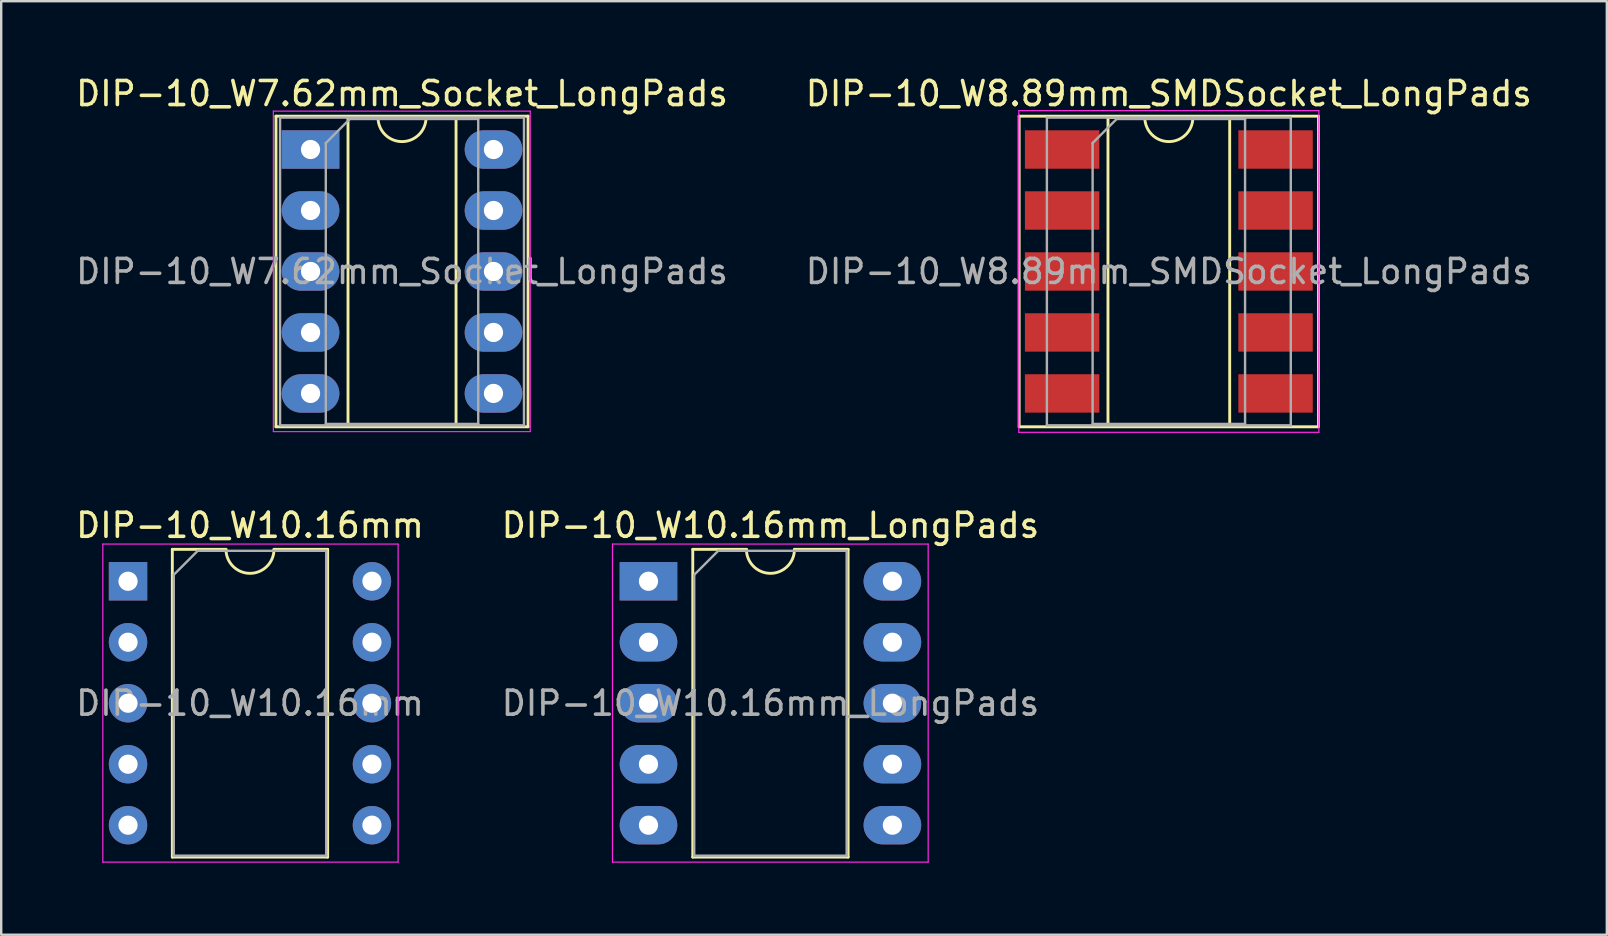
<source format=kicad_pcb>
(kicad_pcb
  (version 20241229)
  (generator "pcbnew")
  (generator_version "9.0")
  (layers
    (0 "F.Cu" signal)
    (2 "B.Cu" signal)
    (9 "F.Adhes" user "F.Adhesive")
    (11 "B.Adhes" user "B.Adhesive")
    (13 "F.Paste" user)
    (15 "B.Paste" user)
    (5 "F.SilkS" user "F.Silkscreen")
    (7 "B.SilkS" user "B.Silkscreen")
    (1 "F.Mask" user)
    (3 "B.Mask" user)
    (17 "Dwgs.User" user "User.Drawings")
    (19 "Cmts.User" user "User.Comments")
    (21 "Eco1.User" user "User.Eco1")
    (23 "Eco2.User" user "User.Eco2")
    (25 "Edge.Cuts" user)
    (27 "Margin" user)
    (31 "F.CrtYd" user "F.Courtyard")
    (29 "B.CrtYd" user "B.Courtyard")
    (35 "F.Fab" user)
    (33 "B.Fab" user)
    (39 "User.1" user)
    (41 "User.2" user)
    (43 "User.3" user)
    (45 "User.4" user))
  (footprint "DIP-10_W10.16mm"
    (layer "F.Cu")
    (at 2.283 21.162)
    (property "Reference" "DIP-10_W10.16mm" (at 5.08 -2.33 0) (layer "F.SilkS") (effects (font (size 1 1) (thickness 0.15))))
    (attr through_hole)
    (fp_line (start 1.845 -1.33) (end 1.845 11.49) (stroke (width 0.12) (type solid)) (layer "F.SilkS"))
    (fp_line (start 1.845 11.49) (end 8.315 11.49) (stroke (width 0.12) (type solid)) (layer "F.SilkS"))
    (fp_line (start 4.08 -1.33) (end 1.845 -1.33) (stroke (width 0.12) (type solid)) (layer "F.SilkS"))
    (fp_line (start 8.315 -1.33) (end 6.08 -1.33) (stroke (width 0.12) (type solid)) (layer "F.SilkS"))
    (fp_line (start 8.315 11.49) (end 8.315 -1.33) (stroke (width 0.12) (type solid)) (layer "F.SilkS"))
    (fp_arc (start 6.08 -1.33) (mid 5.08 -0.33) (end 4.08 -1.33) (stroke (width 0.12) (type solid)) (layer "F.SilkS"))
    (fp_line (start -1.05 -1.55) (end -1.05 11.7) (stroke (width 0.05) (type solid)) (layer "F.CrtYd"))
    (fp_line (start -1.05 11.7) (end 11.25 11.7) (stroke (width 0.05) (type solid)) (layer "F.CrtYd"))
    (fp_line (start 11.25 -1.55) (end -1.05 -1.55) (stroke (width 0.05) (type solid)) (layer "F.CrtYd"))
    (fp_line (start 11.25 11.7) (end 11.25 -1.55) (stroke (width 0.05) (type solid)) (layer "F.CrtYd"))
    (fp_line (start 1.905 -0.27) (end 2.905 -1.27) (stroke (width 0.1) (type solid)) (layer "F.Fab"))
    (fp_line (start 1.905 11.43) (end 1.905 -0.27) (stroke (width 0.1) (type solid)) (layer "F.Fab"))
    (fp_line (start 2.905 -1.27) (end 8.255 -1.27) (stroke (width 0.1) (type solid)) (layer "F.Fab"))
    (fp_line (start 8.255 -1.27) (end 8.255 11.43) (stroke (width 0.1) (type solid)) (layer "F.Fab"))
    (fp_line (start 8.255 11.43) (end 1.905 11.43) (stroke (width 0.1) (type solid)) (layer "F.Fab"))
    (fp_text user "${REFERENCE}" (at 5.08 5.08 0) (layer "F.Fab") (effects (font (size 1 1) (thickness 0.15))))
    (pad "1" thru_hole rect (at 0 0) (size 1.6 1.6) (drill 0.8) (layers "*.Cu" "*.Mask"))
    (pad "2" thru_hole oval (at 0 2.54) (size 1.6 1.6) (drill 0.8) (layers "*.Cu" "*.Mask"))
    (pad "3" thru_hole oval (at 0 5.08) (size 1.6 1.6) (drill 0.8) (layers "*.Cu" "*.Mask"))
    (pad "4" thru_hole oval (at 0 7.62) (size 1.6 1.6) (drill 0.8) (layers "*.Cu" "*.Mask"))
    (pad "5" thru_hole oval (at 0 10.16) (size 1.6 1.6) (drill 0.8) (layers "*.Cu" "*.Mask"))
    (pad "6" thru_hole oval (at 10.16 10.16) (size 1.6 1.6) (drill 0.8) (layers "*.Cu" "*.Mask"))
    (pad "7" thru_hole oval (at 10.16 7.62) (size 1.6 1.6) (drill 0.8) (layers "*.Cu" "*.Mask"))
    (pad "8" thru_hole oval (at 10.16 5.08) (size 1.6 1.6) (drill 0.8) (layers "*.Cu" "*.Mask"))
    (pad "9" thru_hole oval (at 10.16 2.54) (size 1.6 1.6) (drill 0.8) (layers "*.Cu" "*.Mask"))
    (pad "10" thru_hole oval (at 10.16 0) (size 1.6 1.6) (drill 0.8) (layers "*.Cu" "*.Mask")))
  (footprint "DIP-10_W7.62mm_Socket_LongPads"
    (layer "F.Cu")
    (at 9.886 3.178)
    (property "Reference" "DIP-10_W7.62mm_Socket_LongPads" (at 3.81 -2.33 0) (layer "F.SilkS") (effects (font (size 1 1) (thickness 0.15))))
    (attr through_hole)
    (fp_line (start -1.44 -1.39) (end -1.44 11.55) (stroke (width 0.12) (type solid)) (layer "F.SilkS"))
    (fp_line (start -1.44 11.55) (end 9.06 11.55) (stroke (width 0.12) (type solid)) (layer "F.SilkS"))
    (fp_line (start 1.56 -1.33) (end 1.56 11.49) (stroke (width 0.12) (type solid)) (layer "F.SilkS"))
    (fp_line (start 1.56 11.49) (end 6.06 11.49) (stroke (width 0.12) (type solid)) (layer "F.SilkS"))
    (fp_line (start 2.81 -1.33) (end 1.56 -1.33) (stroke (width 0.12) (type solid)) (layer "F.SilkS"))
    (fp_line (start 6.06 -1.33) (end 4.81 -1.33) (stroke (width 0.12) (type solid)) (layer "F.SilkS"))
    (fp_line (start 6.06 11.49) (end 6.06 -1.33) (stroke (width 0.12) (type solid)) (layer "F.SilkS"))
    (fp_line (start 9.06 -1.39) (end -1.44 -1.39) (stroke (width 0.12) (type solid)) (layer "F.SilkS"))
    (fp_line (start 9.06 11.55) (end 9.06 -1.39) (stroke (width 0.12) (type solid)) (layer "F.SilkS"))
    (fp_arc (start 4.81 -1.33) (mid 3.81 -0.33) (end 2.81 -1.33) (stroke (width 0.12) (type solid)) (layer "F.SilkS"))
    (fp_line (start -1.55 -1.6) (end -1.55 11.75) (stroke (width 0.05) (type solid)) (layer "F.CrtYd"))
    (fp_line (start -1.55 11.75) (end 9.15 11.75) (stroke (width 0.05) (type solid)) (layer "F.CrtYd"))
    (fp_line (start 9.15 -1.6) (end -1.55 -1.6) (stroke (width 0.05) (type solid)) (layer "F.CrtYd"))
    (fp_line (start 9.15 11.75) (end 9.15 -1.6) (stroke (width 0.05) (type solid)) (layer "F.CrtYd"))
    (fp_line (start -1.27 -1.33) (end -1.27 11.49) (stroke (width 0.1) (type solid)) (layer "F.Fab"))
    (fp_line (start -1.27 11.49) (end 8.89 11.49) (stroke (width 0.1) (type solid)) (layer "F.Fab"))
    (fp_line (start 0.635 -0.27) (end 1.635 -1.27) (stroke (width 0.1) (type solid)) (layer "F.Fab"))
    (fp_line (start 0.635 11.43) (end 0.635 -0.27) (stroke (width 0.1) (type solid)) (layer "F.Fab"))
    (fp_line (start 1.635 -1.27) (end 6.985 -1.27) (stroke (width 0.1) (type solid)) (layer "F.Fab"))
    (fp_line (start 6.985 -1.27) (end 6.985 11.43) (stroke (width 0.1) (type solid)) (layer "F.Fab"))
    (fp_line (start 6.985 11.43) (end 0.635 11.43) (stroke (width 0.1) (type solid)) (layer "F.Fab"))
    (fp_line (start 8.89 -1.33) (end -1.27 -1.33) (stroke (width 0.1) (type solid)) (layer "F.Fab"))
    (fp_line (start 8.89 11.49) (end 8.89 -1.33) (stroke (width 0.1) (type solid)) (layer "F.Fab"))
    (fp_text user "${REFERENCE}" (at 3.81 5.08 0) (layer "F.Fab") (effects (font (size 1 1) (thickness 0.15))))
    (pad "1" thru_hole rect (at 0 0) (size 2.4 1.6) (drill 0.8) (layers "*.Cu" "*.Mask"))
    (pad "2" thru_hole oval (at 0 2.54) (size 2.4 1.6) (drill 0.8) (layers "*.Cu" "*.Mask"))
    (pad "3" thru_hole oval (at 0 5.08) (size 2.4 1.6) (drill 0.8) (layers "*.Cu" "*.Mask"))
    (pad "4" thru_hole oval (at 0 7.62) (size 2.4 1.6) (drill 0.8) (layers "*.Cu" "*.Mask"))
    (pad "5" thru_hole oval (at 0 10.16) (size 2.4 1.6) (drill 0.8) (layers "*.Cu" "*.Mask"))
    (pad "6" thru_hole oval (at 7.62 10.16) (size 2.4 1.6) (drill 0.8) (layers "*.Cu" "*.Mask"))
    (pad "7" thru_hole oval (at 7.62 7.62) (size 2.4 1.6) (drill 0.8) (layers "*.Cu" "*.Mask"))
    (pad "8" thru_hole oval (at 7.62 5.08) (size 2.4 1.6) (drill 0.8) (layers "*.Cu" "*.Mask"))
    (pad "9" thru_hole oval (at 7.62 2.54) (size 2.4 1.6) (drill 0.8) (layers "*.Cu" "*.Mask"))
    (pad "10" thru_hole oval (at 7.62 0) (size 2.4 1.6) (drill 0.8) (layers "*.Cu" "*.Mask")))
  (footprint "DIP-10_W10.16mm_LongPads"
    (layer "F.Cu")
    (at 23.962 21.162)
    (property "Reference" "DIP-10_W10.16mm_LongPads" (at 5.08 -2.33 0) (layer "F.SilkS") (effects (font (size 1 1) (thickness 0.15))))
    (attr through_hole)
    (fp_line (start 1.845 -1.33) (end 1.845 11.49) (stroke (width 0.12) (type solid)) (layer "F.SilkS"))
    (fp_line (start 1.845 11.49) (end 8.315 11.49) (stroke (width 0.12) (type solid)) (layer "F.SilkS"))
    (fp_line (start 4.08 -1.33) (end 1.845 -1.33) (stroke (width 0.12) (type solid)) (layer "F.SilkS"))
    (fp_line (start 8.315 -1.33) (end 6.08 -1.33) (stroke (width 0.12) (type solid)) (layer "F.SilkS"))
    (fp_line (start 8.315 11.49) (end 8.315 -1.33) (stroke (width 0.12) (type solid)) (layer "F.SilkS"))
    (fp_arc (start 6.08 -1.33) (mid 5.08 -0.33) (end 4.08 -1.33) (stroke (width 0.12) (type solid)) (layer "F.SilkS"))
    (fp_line (start -1.5 -1.55) (end -1.5 11.7) (stroke (width 0.05) (type solid)) (layer "F.CrtYd"))
    (fp_line (start -1.5 11.7) (end 11.65 11.7) (stroke (width 0.05) (type solid)) (layer "F.CrtYd"))
    (fp_line (start 11.65 -1.55) (end -1.5 -1.55) (stroke (width 0.05) (type solid)) (layer "F.CrtYd"))
    (fp_line (start 11.65 11.7) (end 11.65 -1.55) (stroke (width 0.05) (type solid)) (layer "F.CrtYd"))
    (fp_line (start 1.905 -0.27) (end 2.905 -1.27) (stroke (width 0.1) (type solid)) (layer "F.Fab"))
    (fp_line (start 1.905 11.43) (end 1.905 -0.27) (stroke (width 0.1) (type solid)) (layer "F.Fab"))
    (fp_line (start 2.905 -1.27) (end 8.255 -1.27) (stroke (width 0.1) (type solid)) (layer "F.Fab"))
    (fp_line (start 8.255 -1.27) (end 8.255 11.43) (stroke (width 0.1) (type solid)) (layer "F.Fab"))
    (fp_line (start 8.255 11.43) (end 1.905 11.43) (stroke (width 0.1) (type solid)) (layer "F.Fab"))
    (fp_text user "${REFERENCE}" (at 5.08 5.08 0) (layer "F.Fab") (effects (font (size 1 1) (thickness 0.15))))
    (pad "1" thru_hole rect (at 0 0) (size 2.4 1.6) (drill 0.8) (layers "*.Cu" "*.Mask"))
    (pad "2" thru_hole oval (at 0 2.54) (size 2.4 1.6) (drill 0.8) (layers "*.Cu" "*.Mask"))
    (pad "3" thru_hole oval (at 0 5.08) (size 2.4 1.6) (drill 0.8) (layers "*.Cu" "*.Mask"))
    (pad "4" thru_hole oval (at 0 7.62) (size 2.4 1.6) (drill 0.8) (layers "*.Cu" "*.Mask"))
    (pad "5" thru_hole oval (at 0 10.16) (size 2.4 1.6) (drill 0.8) (layers "*.Cu" "*.Mask"))
    (pad "6" thru_hole oval (at 10.16 10.16) (size 2.4 1.6) (drill 0.8) (layers "*.Cu" "*.Mask"))
    (pad "7" thru_hole oval (at 10.16 7.62) (size 2.4 1.6) (drill 0.8) (layers "*.Cu" "*.Mask"))
    (pad "8" thru_hole oval (at 10.16 5.08) (size 2.4 1.6) (drill 0.8) (layers "*.Cu" "*.Mask"))
    (pad "9" thru_hole oval (at 10.16 2.54) (size 2.4 1.6) (drill 0.8) (layers "*.Cu" "*.Mask"))
    (pad "10" thru_hole oval (at 10.16 0) (size 2.4 1.6) (drill 0.8) (layers "*.Cu" "*.Mask")))
  (footprint "DIP-10_W8.89mm_SMDSocket_LongPads"
    (layer "F.Cu")
    (at 45.637 8.258)
    (property "Reference" "DIP-10_W8.89mm_SMDSocket_LongPads" (at 0 -7.41 0) (layer "F.SilkS") (effects (font (size 1 1) (thickness 0.15))))
    (attr smd)
    (fp_line (start -6.235 -6.47) (end -6.235 6.47) (stroke (width 0.12) (type solid)) (layer "F.SilkS"))
    (fp_line (start -6.235 6.47) (end 6.235 6.47) (stroke (width 0.12) (type solid)) (layer "F.SilkS"))
    (fp_line (start -2.535 -6.41) (end -2.535 6.41) (stroke (width 0.12) (type solid)) (layer "F.SilkS"))
    (fp_line (start -2.535 6.41) (end 2.535 6.41) (stroke (width 0.12) (type solid)) (layer "F.SilkS"))
    (fp_line (start -1 -6.41) (end -2.535 -6.41) (stroke (width 0.12) (type solid)) (layer "F.SilkS"))
    (fp_line (start 2.535 -6.41) (end 1 -6.41) (stroke (width 0.12) (type solid)) (layer "F.SilkS"))
    (fp_line (start 2.535 6.41) (end 2.535 -6.41) (stroke (width 0.12) (type solid)) (layer "F.SilkS"))
    (fp_line (start 6.235 -6.47) (end -6.235 -6.47) (stroke (width 0.12) (type solid)) (layer "F.SilkS"))
    (fp_line (start 6.235 6.47) (end 6.235 -6.47) (stroke (width 0.12) (type solid)) (layer "F.SilkS"))
    (fp_arc (start 1 -6.41) (mid 0 -5.41) (end -1 -6.41) (stroke (width 0.12) (type solid)) (layer "F.SilkS"))
    (fp_line (start -6.25 -6.7) (end -6.25 6.7) (stroke (width 0.05) (type solid)) (layer "F.CrtYd"))
    (fp_line (start -6.25 6.7) (end 6.25 6.7) (stroke (width 0.05) (type solid)) (layer "F.CrtYd"))
    (fp_line (start 6.25 -6.7) (end -6.25 -6.7) (stroke (width 0.05) (type solid)) (layer "F.CrtYd"))
    (fp_line (start 6.25 6.7) (end 6.25 -6.7) (stroke (width 0.05) (type solid)) (layer "F.CrtYd"))
    (fp_line (start -5.08 -6.41) (end -5.08 6.41) (stroke (width 0.1) (type solid)) (layer "F.Fab"))
    (fp_line (start -5.08 6.41) (end 5.08 6.41) (stroke (width 0.1) (type solid)) (layer "F.Fab"))
    (fp_line (start -3.175 -5.35) (end -2.175 -6.35) (stroke (width 0.1) (type solid)) (layer "F.Fab"))
    (fp_line (start -3.175 6.35) (end -3.175 -5.35) (stroke (width 0.1) (type solid)) (layer "F.Fab"))
    (fp_line (start -2.175 -6.35) (end 3.175 -6.35) (stroke (width 0.1) (type solid)) (layer "F.Fab"))
    (fp_line (start 3.175 -6.35) (end 3.175 6.35) (stroke (width 0.1) (type solid)) (layer "F.Fab"))
    (fp_line (start 3.175 6.35) (end -3.175 6.35) (stroke (width 0.1) (type solid)) (layer "F.Fab"))
    (fp_line (start 5.08 -6.41) (end -5.08 -6.41) (stroke (width 0.1) (type solid)) (layer "F.Fab"))
    (fp_line (start 5.08 6.41) (end 5.08 -6.41) (stroke (width 0.1) (type solid)) (layer "F.Fab"))
    (fp_text user "${REFERENCE}" (at 0 0 0) (layer "F.Fab") (effects (font (size 1 1) (thickness 0.15))))
    (pad "1" smd rect (at -4.445 -5.08) (size 3.1 1.6) (layers "F.Cu" "F.Mask" "F.Paste"))
    (pad "2" smd rect (at -4.445 -2.54) (size 3.1 1.6) (layers "F.Cu" "F.Mask" "F.Paste"))
    (pad "3" smd rect (at -4.445 0) (size 3.1 1.6) (layers "F.Cu" "F.Mask" "F.Paste"))
    (pad "4" smd rect (at -4.445 2.54) (size 3.1 1.6) (layers "F.Cu" "F.Mask" "F.Paste"))
    (pad "5" smd rect (at -4.445 5.08) (size 3.1 1.6) (layers "F.Cu" "F.Mask" "F.Paste"))
    (pad "6" smd rect (at 4.445 5.08) (size 3.1 1.6) (layers "F.Cu" "F.Mask" "F.Paste"))
    (pad "7" smd rect (at 4.445 2.54) (size 3.1 1.6) (layers "F.Cu" "F.Mask" "F.Paste"))
    (pad "8" smd rect (at 4.445 0) (size 3.1 1.6) (layers "F.Cu" "F.Mask" "F.Paste"))
    (pad "9" smd rect (at 4.445 -2.54) (size 3.1 1.6) (layers "F.Cu" "F.Mask" "F.Paste"))
    (pad "10" smd rect (at 4.445 -5.08) (size 3.1 1.6) (layers "F.Cu" "F.Mask" "F.Paste")))
  (gr_rect
    (start -3 -3)
    (end 63.881 35.886)
    (stroke (width 0.1) (type default))
    (fill no)
    (layer "Edge.Cuts")))
</source>
